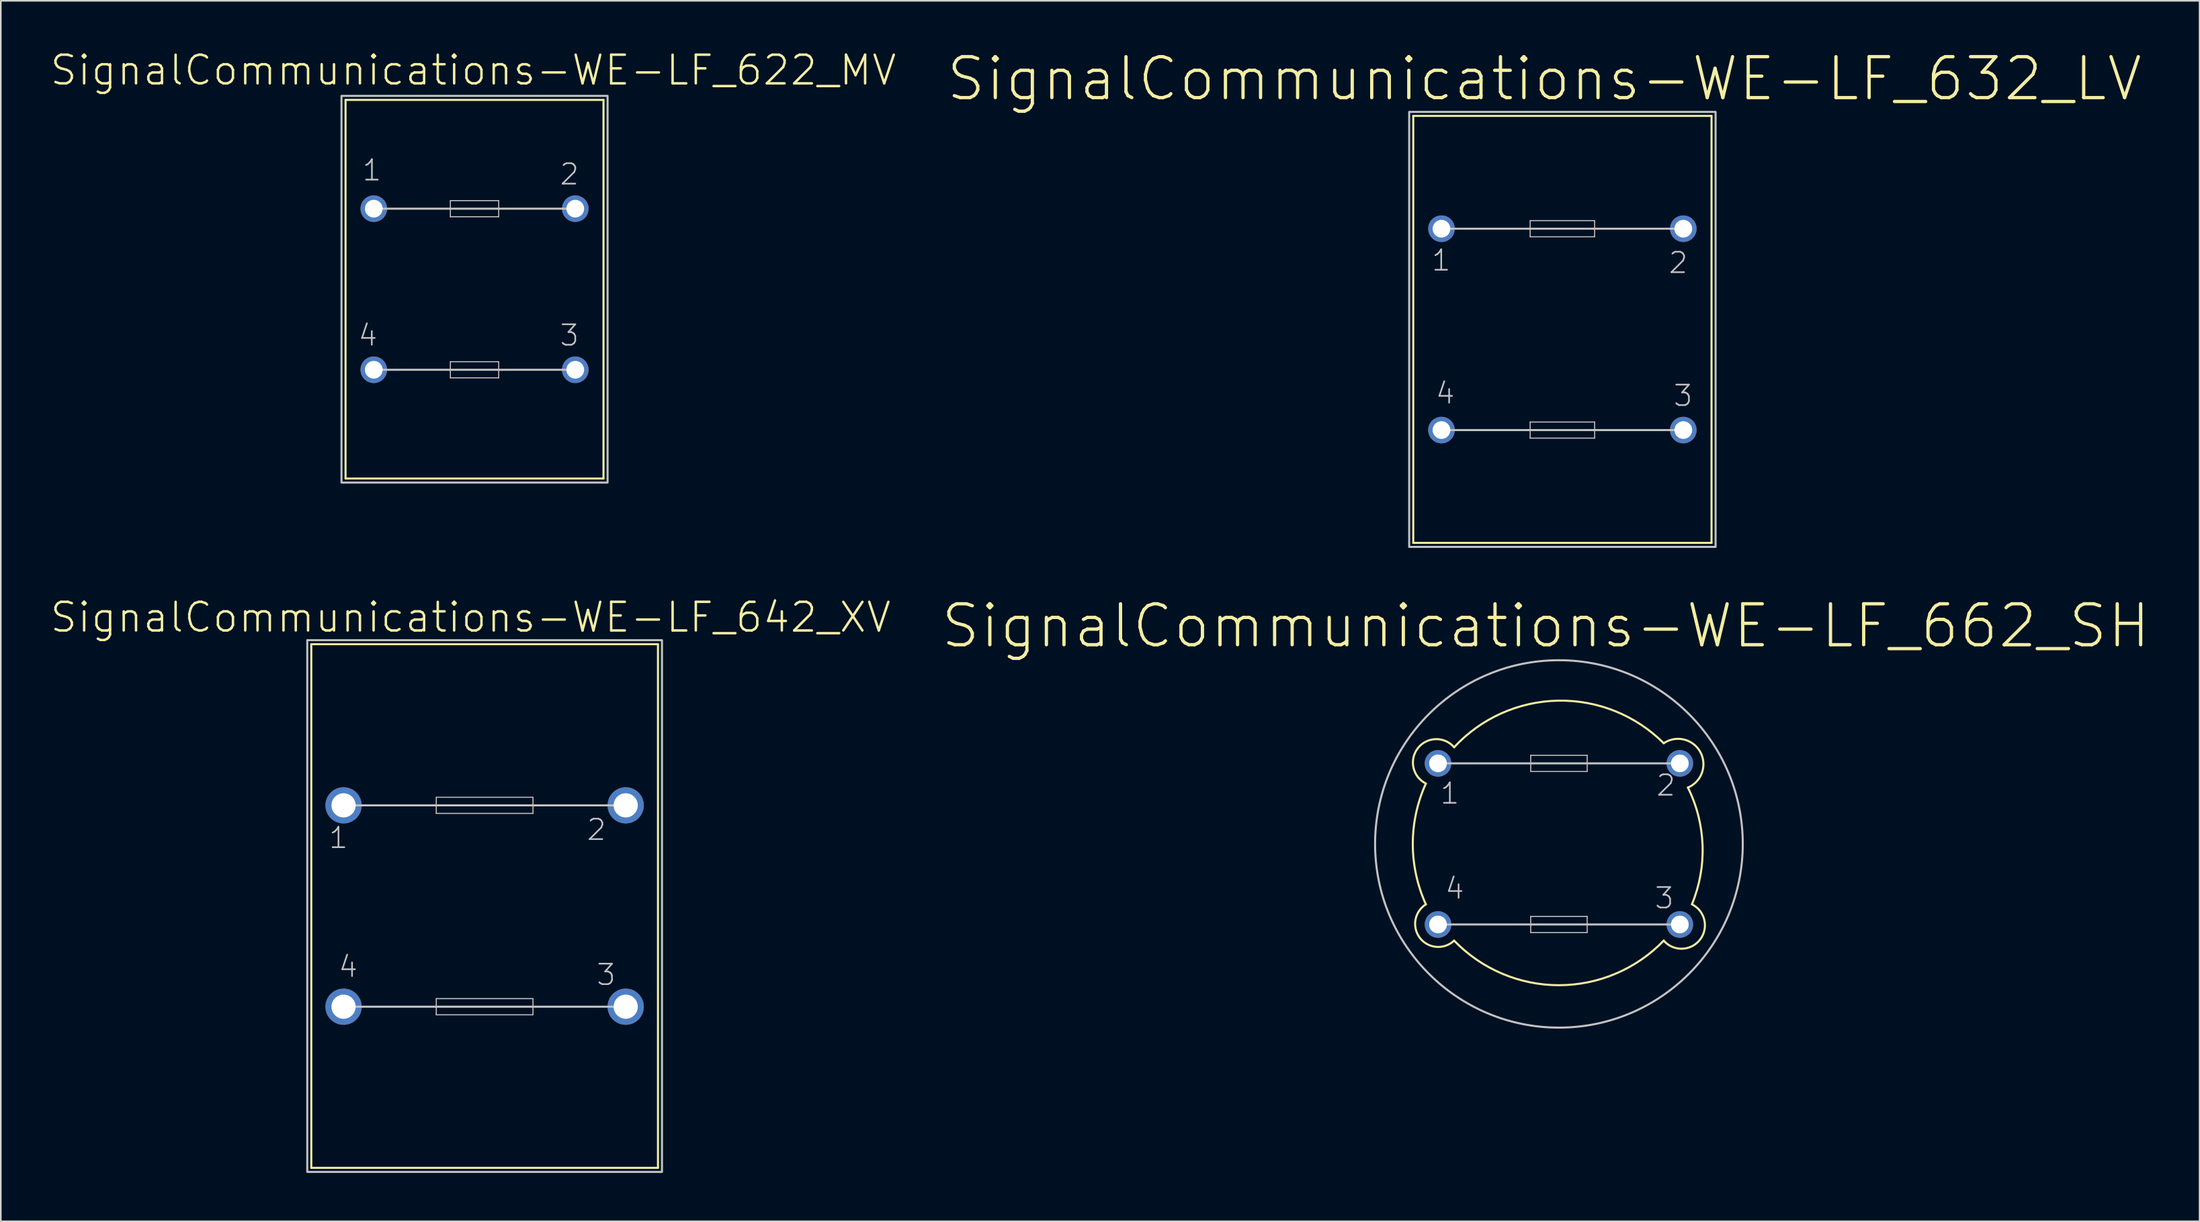
<source format=kicad_pcb>
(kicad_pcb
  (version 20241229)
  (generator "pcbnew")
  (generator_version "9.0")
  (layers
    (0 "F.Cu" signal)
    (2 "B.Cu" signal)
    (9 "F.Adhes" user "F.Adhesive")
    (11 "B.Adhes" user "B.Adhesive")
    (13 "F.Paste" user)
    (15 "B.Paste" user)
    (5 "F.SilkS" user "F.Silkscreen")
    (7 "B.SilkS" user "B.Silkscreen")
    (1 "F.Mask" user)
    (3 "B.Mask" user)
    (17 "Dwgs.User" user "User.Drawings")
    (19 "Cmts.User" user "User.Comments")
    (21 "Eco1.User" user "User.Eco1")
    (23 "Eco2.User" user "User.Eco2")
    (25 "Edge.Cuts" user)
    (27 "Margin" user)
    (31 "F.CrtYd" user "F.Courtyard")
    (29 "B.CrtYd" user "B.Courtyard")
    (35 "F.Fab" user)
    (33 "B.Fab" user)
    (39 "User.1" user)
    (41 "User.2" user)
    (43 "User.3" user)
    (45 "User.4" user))
  (footprint "SignalCommunications-WE-LF_622_MV"
    (layer "F.Cu")
    (at 26.376 14.899)
    (property "Reference" "SignalCommunications-WE-LF_622_MV" (at -0.079 -13.592 0) (layer "F.SilkS") (effects (font (size 1.778 1.778) (thickness 0.152))))
    (attr exclude_from_pos_files exclude_from_bom)
    (fp_line (start -7.998 -11.748) (end 7.998 -11.748) (stroke (width 0.127) (type solid)) (layer "F.SilkS"))
    (fp_line (start -7.998 11.748) (end -7.998 -11.748) (stroke (width 0.127) (type solid)) (layer "F.SilkS"))
    (fp_line (start 7.998 -11.748) (end 7.998 11.748) (stroke (width 0.127) (type solid)) (layer "F.SilkS"))
    (fp_line (start 7.998 11.748) (end -7.998 11.748) (stroke (width 0.127) (type solid)) (layer "F.SilkS"))
    (fp_line (start -6.248 -4.999) (end 6.248 -4.999) (stroke (width 0.127) (type solid)) (layer "Dwgs.User"))
    (fp_line (start -6.248 4.999) (end 6.248 4.999) (stroke (width 0.127) (type solid)) (layer "Dwgs.User"))
    (fp_line (start -1.499 -5.499) (end 1.499 -5.499) (stroke (width 0.066) (type solid)) (layer "Dwgs.User"))
    (fp_line (start -1.499 -4.498) (end -1.499 -5.499) (stroke (width 0.066) (type solid)) (layer "Dwgs.User"))
    (fp_line (start -1.499 -4.498) (end 1.499 -4.498) (stroke (width 0.066) (type solid)) (layer "Dwgs.User"))
    (fp_line (start -1.499 4.498) (end 1.499 4.498) (stroke (width 0.066) (type solid)) (layer "Dwgs.User"))
    (fp_line (start -1.499 5.499) (end -1.499 4.498) (stroke (width 0.066) (type solid)) (layer "Dwgs.User"))
    (fp_line (start -1.499 5.499) (end 1.499 5.499) (stroke (width 0.066) (type solid)) (layer "Dwgs.User"))
    (fp_line (start 1.499 -4.498) (end 1.499 -5.499) (stroke (width 0.066) (type solid)) (layer "Dwgs.User"))
    (fp_line (start 1.499 5.499) (end 1.499 4.498) (stroke (width 0.066) (type solid)) (layer "Dwgs.User"))
    (fp_poly (pts (xy -8.25 -11.999) (xy 8.25 -11.999) (xy 8.25 11.999) (xy -8.25 11.999) (xy -8.25 -11.999)) (stroke (width 0.127) (type solid)) (fill no) (layer "Dwgs.User"))
    (fp_text user "4" (at -6.614 2.863 0) (layer "Dwgs.User") (effects (font (size 1.27 1.27) (thickness 0.102))))
    (fp_text user "2" (at 5.883 -7.135 0) (layer "Dwgs.User") (effects (font (size 1.27 1.27) (thickness 0.102))))
    (fp_text user "3" (at 5.883 2.863 0) (layer "Dwgs.User") (effects (font (size 1.27 1.27) (thickness 0.102))))
    (fp_text user "1" (at -6.363 -7.384 0) (layer "Dwgs.User") (effects (font (size 1.27 1.27) (thickness 0.102))))
    (pad "1" thru_hole circle (at -6.248 -4.999) (size 1.648 1.648) (drill 1.1) (layers "*.Cu" "*.Paste" "*.Mask"))
    (pad "2" thru_hole circle (at 6.248 -4.999) (size 1.648 1.648) (drill 1.1) (layers "*.Cu" "*.Paste" "*.Mask"))
    (pad "3" thru_hole circle (at 6.248 4.999) (size 1.648 1.648) (drill 1.1) (layers "*.Cu" "*.Paste" "*.Mask"))
    (pad "4" thru_hole circle (at -6.248 4.999) (size 1.648 1.648) (drill 1.1) (layers "*.Cu" "*.Paste" "*.Mask")))
  (footprint "SignalCommunications-WE-LF_632_LV"
    (layer "F.Cu")
    (at 93.835 17.392)
    (property "Reference" "SignalCommunications-WE-LF_632_LV" (at -1.118 -15.55 0) (layer "F.SilkS") (effects (font (size 2.54 2.54) (thickness 0.203))))
    (attr exclude_from_pos_files exclude_from_bom)
    (fp_line (start -9.248 -13.249) (end -9.248 13.249) (stroke (width 0.127) (type solid)) (layer "F.SilkS"))
    (fp_line (start -9.248 13.249) (end 9.248 13.249) (stroke (width 0.127) (type solid)) (layer "F.SilkS"))
    (fp_line (start 9.248 -13.249) (end -9.248 -13.249) (stroke (width 0.127) (type solid)) (layer "F.SilkS"))
    (fp_line (start 9.248 13.249) (end 9.248 -13.249) (stroke (width 0.127) (type solid)) (layer "F.SilkS"))
    (fp_line (start -1.999 -6.749) (end 1.999 -6.749) (stroke (width 0.066) (type solid)) (layer "Dwgs.User"))
    (fp_line (start -1.999 -5.748) (end -1.999 -6.749) (stroke (width 0.066) (type solid)) (layer "Dwgs.User"))
    (fp_line (start -1.999 -5.748) (end 1.999 -5.748) (stroke (width 0.066) (type solid)) (layer "Dwgs.User"))
    (fp_line (start -1.999 5.748) (end 1.999 5.748) (stroke (width 0.066) (type solid)) (layer "Dwgs.User"))
    (fp_line (start -1.999 6.749) (end -1.999 5.748) (stroke (width 0.066) (type solid)) (layer "Dwgs.User"))
    (fp_line (start -1.999 6.749) (end 1.999 6.749) (stroke (width 0.066) (type solid)) (layer "Dwgs.User"))
    (fp_line (start 1.999 -5.748) (end 1.999 -6.749) (stroke (width 0.066) (type solid)) (layer "Dwgs.User"))
    (fp_line (start 1.999 6.749) (end 1.999 5.748) (stroke (width 0.066) (type solid)) (layer "Dwgs.User"))
    (fp_line (start 7.498 -6.248) (end -7.498 -6.248) (stroke (width 0.127) (type solid)) (layer "Dwgs.User"))
    (fp_line (start 7.498 6.248) (end -7.498 6.248) (stroke (width 0.127) (type solid)) (layer "Dwgs.User"))
    (fp_poly (pts (xy -9.5 -13.498) (xy 9.5 -13.498) (xy 9.5 13.498) (xy -9.5 13.498) (xy -9.5 -13.498)) (stroke (width 0.127) (type solid)) (fill no) (layer "Dwgs.User"))
    (fp_text user "3" (at 7.483 4.115 0) (layer "Dwgs.User") (effects (font (size 1.27 1.27) (thickness 0.102))))
    (fp_text user "1" (at -7.513 -4.285 0) (layer "Dwgs.User") (effects (font (size 1.27 1.27) (thickness 0.102))))
    (fp_text user "4" (at -7.264 3.965 0) (layer "Dwgs.User") (effects (font (size 1.27 1.27) (thickness 0.102))))
    (fp_text user "2" (at 7.183 -4.133 0) (layer "Dwgs.User") (effects (font (size 1.27 1.27) (thickness 0.102))))
    (pad "1" thru_hole circle (at -7.498 -6.248) (size 1.648 1.648) (drill 1.1) (layers "*.Cu" "*.Paste" "*.Mask"))
    (pad "2" thru_hole circle (at 7.498 -6.248) (size 1.648 1.648) (drill 1.1) (layers "*.Cu" "*.Paste" "*.Mask"))
    (pad "3" thru_hole circle (at 7.498 6.248) (size 1.648 1.648) (drill 1.1) (layers "*.Cu" "*.Paste" "*.Mask"))
    (pad "4" thru_hole circle (at -7.498 6.248) (size 1.648 1.648) (drill 1.1) (layers "*.Cu" "*.Paste" "*.Mask")))
  (footprint "SignalCommunications-WE-LF_662_SH"
    (layer "F.Cu")
    (at 93.62 49.324)
    (property "Reference" "SignalCommunications-WE-LF_662_SH" (at -0.818 -13.528 0) (layer "F.SilkS") (effects (font (size 2.54 2.54) (thickness 0.203))))
    (attr exclude_from_pos_files exclude_from_bom)
    (fp_arc (start -8.24992 -3.74904) (mid -8.747538 -5.941979) (end -6.499603 -6.000252) (stroke (width 0.127) (type solid)) (layer "F.SilkS"))
    (fp_arc (start -8.24992 3.74904) (mid -9.061812 0.006111) (end -8.254969 -3.73791) (stroke (width 0.127) (type solid)) (layer "F.SilkS"))
    (fp_arc (start -6.49986 -5.99948) (mid -0.057801 -8.891392) (end 6.492904 -6.254816) (stroke (width 0.127) (type solid)) (layer "F.SilkS"))
    (fp_arc (start -6.49986 5.99948) (mid -8.616985 5.838088) (end -8.246119 3.74746) (stroke (width 0.127) (type solid)) (layer "F.SilkS"))
    (fp_arc (start 6.49986 -6.2484) (mid 8.768413 -5.700834) (end 7.998242 -3.497882) (stroke (width 0.127) (type solid)) (layer "F.SilkS"))
    (fp_arc (start 6.49986 5.99948) (mid 0.004723 8.767213) (end -6.49331 6.006287) (stroke (width 0.127) (type solid)) (layer "F.SilkS"))
    (fp_arc (start 7.99846 -3.49758) (mid 8.907055 0.09272) (end 8.251329 3.737692) (stroke (width 0.127) (type solid)) (layer "F.SilkS"))
    (fp_arc (start 8.24992 3.74904) (mid 8.747538 5.941979) (end 6.499603 6.000252) (stroke (width 0.127) (type solid)) (layer "F.SilkS"))
    (fp_line (start -7.498 -4.999) (end 7.498 -4.999) (stroke (width 0.127) (type solid)) (layer "Dwgs.User"))
    (fp_line (start -7.498 4.999) (end 7.498 4.999) (stroke (width 0.127) (type solid)) (layer "Dwgs.User"))
    (fp_line (start -1.748 -5.499) (end 1.75 -5.499) (stroke (width 0.066) (type solid)) (layer "Dwgs.User"))
    (fp_line (start -1.748 -4.498) (end -1.748 -5.499) (stroke (width 0.066) (type solid)) (layer "Dwgs.User"))
    (fp_line (start -1.748 -4.498) (end 1.75 -4.498) (stroke (width 0.066) (type solid)) (layer "Dwgs.User"))
    (fp_line (start -1.748 4.498) (end 1.75 4.498) (stroke (width 0.066) (type solid)) (layer "Dwgs.User"))
    (fp_line (start -1.748 5.499) (end -1.748 4.498) (stroke (width 0.066) (type solid)) (layer "Dwgs.User"))
    (fp_line (start -1.748 5.499) (end 1.75 5.499) (stroke (width 0.066) (type solid)) (layer "Dwgs.User"))
    (fp_line (start 1.75 -4.498) (end 1.75 -5.499) (stroke (width 0.066) (type solid)) (layer "Dwgs.User"))
    (fp_line (start 1.75 5.499) (end 1.75 4.498) (stroke (width 0.066) (type solid)) (layer "Dwgs.User"))
    (fp_circle (center 0 0) (end 0 -11.4) (stroke (width 0.127) (type solid)) (fill no) (layer "Dwgs.User"))
    (fp_text user "3" (at 6.533 3.363 0) (layer "Dwgs.User") (effects (font (size 1.27 1.27) (thickness 0.102))))
    (fp_text user "4" (at -6.464 2.764 0) (layer "Dwgs.User") (effects (font (size 1.27 1.27) (thickness 0.102))))
    (fp_text user "1" (at -6.764 -3.134 0) (layer "Dwgs.User") (effects (font (size 1.27 1.27) (thickness 0.102))))
    (fp_text user "2" (at 6.634 -3.635 0) (layer "Dwgs.User") (effects (font (size 1.27 1.27) (thickness 0.102))))
    (pad "1" thru_hole circle (at -7.498 -4.999) (size 1.648 1.648) (drill 1.1) (layers "*.Cu" "*.Paste" "*.Mask"))
    (pad "2" thru_hole circle (at 7.498 -4.999) (size 1.648 1.648) (drill 1.1) (layers "*.Cu" "*.Paste" "*.Mask"))
    (pad "3" thru_hole circle (at 7.498 4.999) (size 1.648 1.648) (drill 1.1) (layers "*.Cu" "*.Paste" "*.Mask"))
    (pad "4" thru_hole circle (at -7.498 4.999) (size 1.648 1.648) (drill 1.1) (layers "*.Cu" "*.Paste" "*.Mask")))
  (footprint "SignalCommunications-WE-LF_642_XV"
    (layer "F.Cu")
    (at 27.002 53.178)
    (property "Reference" "SignalCommunications-WE-LF_642_XV" (at -0.874 -17.917 0) (layer "F.SilkS") (effects (font (size 1.778 1.778) (thickness 0.152))))
    (attr exclude_from_pos_files exclude_from_bom)
    (fp_line (start -10.749 -16.248) (end 10.749 -16.248) (stroke (width 0.127) (type solid)) (layer "F.SilkS"))
    (fp_line (start -10.749 16.248) (end -10.749 -16.248) (stroke (width 0.127) (type solid)) (layer "F.SilkS"))
    (fp_line (start 10.749 -16.248) (end 10.749 16.248) (stroke (width 0.127) (type solid)) (layer "F.SilkS"))
    (fp_line (start 10.749 16.248) (end -10.749 16.248) (stroke (width 0.127) (type solid)) (layer "F.SilkS"))
    (fp_line (start -3 -6.749) (end 3 -6.749) (stroke (width 0.066) (type solid)) (layer "Dwgs.User"))
    (fp_line (start -3 -5.748) (end -3 -6.749) (stroke (width 0.066) (type solid)) (layer "Dwgs.User"))
    (fp_line (start -3 -5.748) (end 3 -5.748) (stroke (width 0.066) (type solid)) (layer "Dwgs.User"))
    (fp_line (start -3 5.748) (end 3 5.748) (stroke (width 0.066) (type solid)) (layer "Dwgs.User"))
    (fp_line (start -3 6.749) (end -3 5.748) (stroke (width 0.066) (type solid)) (layer "Dwgs.User"))
    (fp_line (start -3 6.749) (end 3 6.749) (stroke (width 0.066) (type solid)) (layer "Dwgs.User"))
    (fp_line (start 3 -5.748) (end 3 -6.749) (stroke (width 0.066) (type solid)) (layer "Dwgs.User"))
    (fp_line (start 3 6.749) (end 3 5.748) (stroke (width 0.066) (type solid)) (layer "Dwgs.User"))
    (fp_line (start 8.748 -6.248) (end -8.748 -6.248) (stroke (width 0.127) (type solid)) (layer "Dwgs.User"))
    (fp_line (start 8.748 6.248) (end -8.748 6.248) (stroke (width 0.127) (type solid)) (layer "Dwgs.User"))
    (fp_poly (pts (xy -10.998 -16.5) (xy 10.998 -16.5) (xy 10.998 16.5) (xy -10.998 16.5) (xy -10.998 -16.5)) (stroke (width 0.127) (type solid)) (fill no) (layer "Dwgs.User"))
    (fp_text user "1" (at -9.063 -4.234 0) (layer "Dwgs.User") (effects (font (size 1.27 1.27) (thickness 0.102))))
    (fp_text user "4" (at -8.463 3.764 0) (layer "Dwgs.User") (effects (font (size 1.27 1.27) (thickness 0.102))))
    (fp_text user "2" (at 6.934 -4.735 0) (layer "Dwgs.User") (effects (font (size 1.27 1.27) (thickness 0.102))))
    (fp_text user "3" (at 7.534 4.265 0) (layer "Dwgs.User") (effects (font (size 1.27 1.27) (thickness 0.102))))
    (pad "1" thru_hole circle (at -8.748 -6.248) (size 2.248 2.248) (drill 1.499) (layers "*.Cu" "*.Paste" "*.Mask"))
    (pad "2" thru_hole circle (at 8.748 -6.248) (size 2.248 2.248) (drill 1.499) (layers "*.Cu" "*.Paste" "*.Mask"))
    (pad "3" thru_hole circle (at 8.748 6.248) (size 2.248 2.248) (drill 1.499) (layers "*.Cu" "*.Paste" "*.Mask"))
    (pad "4" thru_hole circle (at -8.748 6.248) (size 2.248 2.248) (drill 1.499) (layers "*.Cu" "*.Paste" "*.Mask")))
  (gr_rect
    (start -3 -3)
    (end 133.348 72.742)
    (stroke (width 0.1) (type default))
    (fill no)
    (layer "Edge.Cuts")))
</source>
